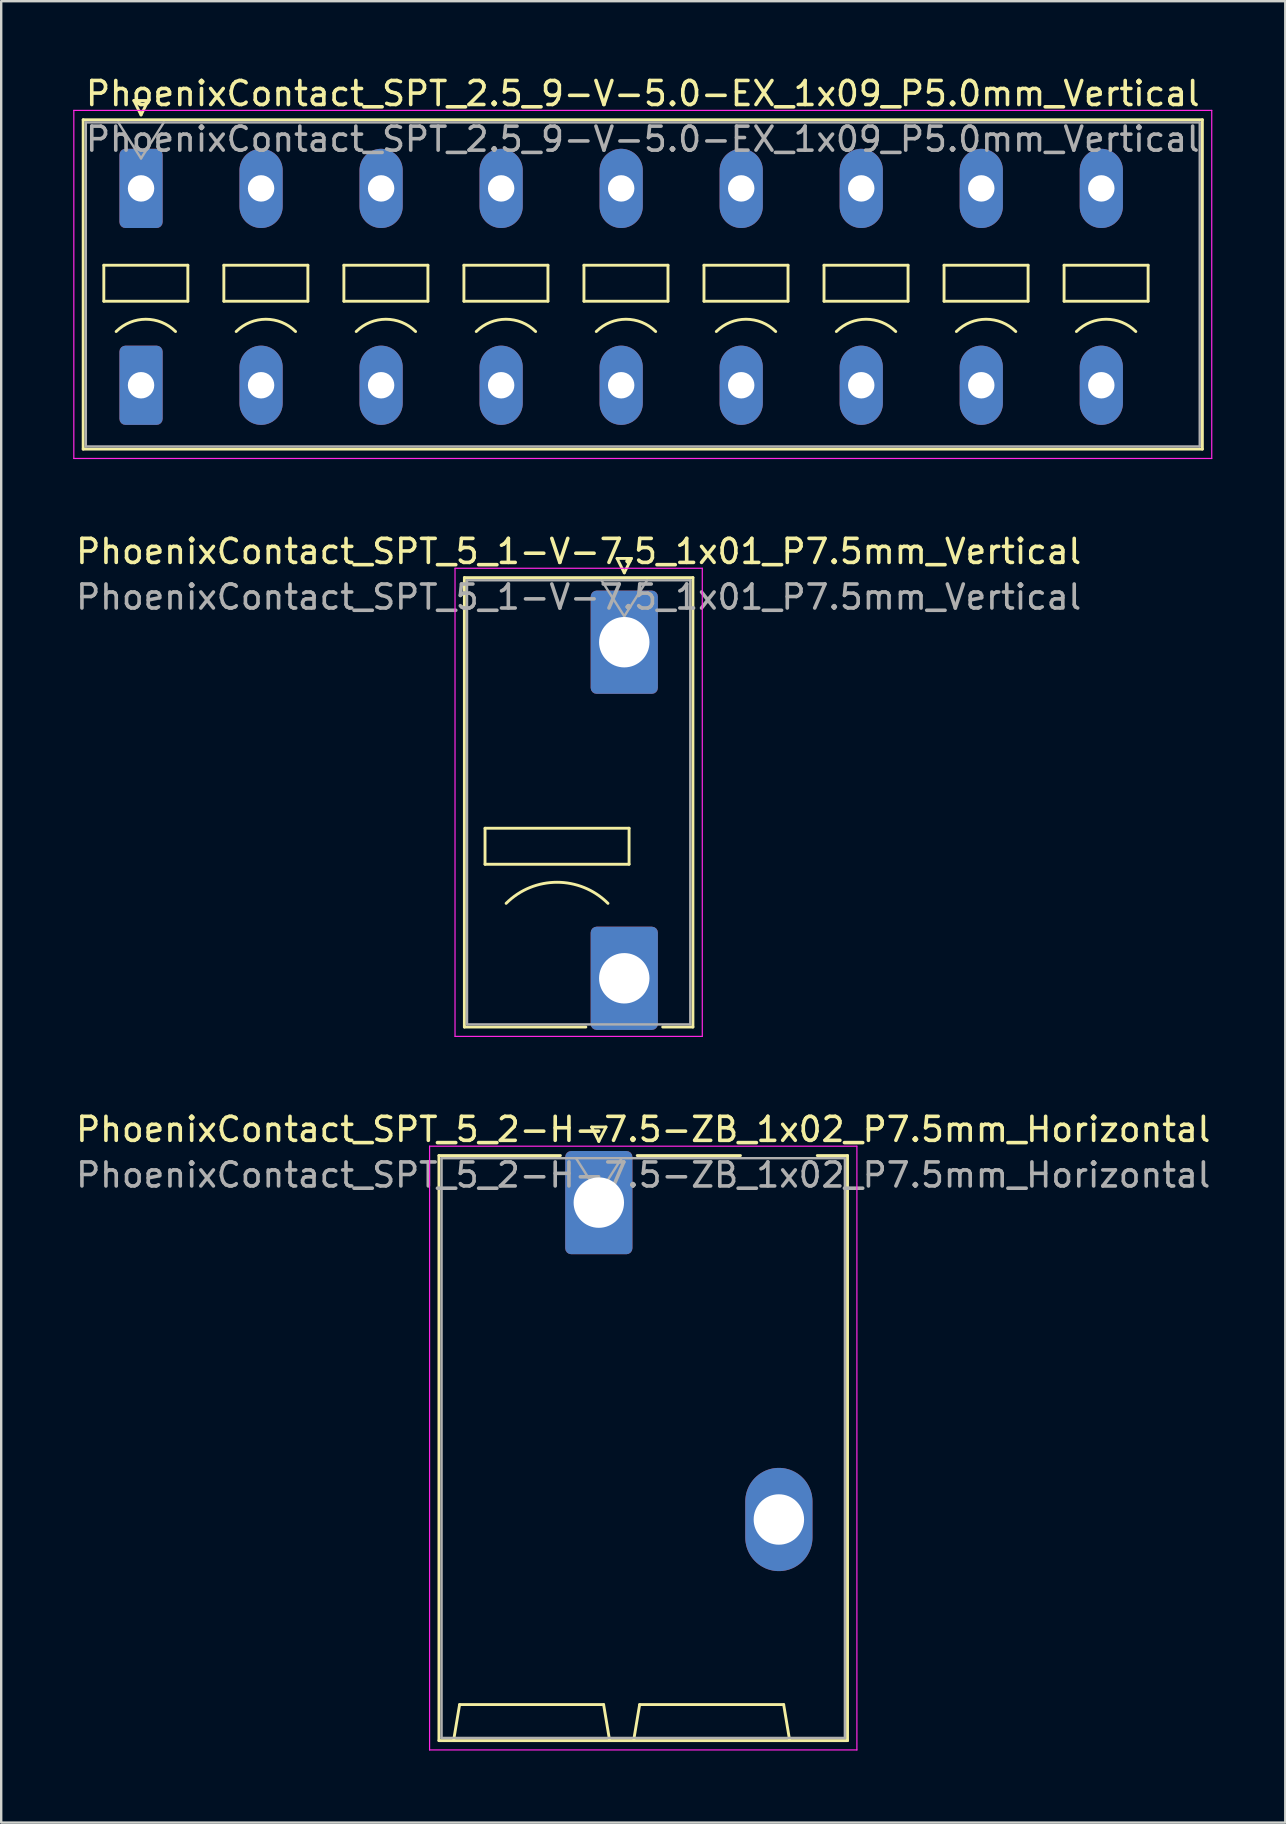
<source format=kicad_pcb>
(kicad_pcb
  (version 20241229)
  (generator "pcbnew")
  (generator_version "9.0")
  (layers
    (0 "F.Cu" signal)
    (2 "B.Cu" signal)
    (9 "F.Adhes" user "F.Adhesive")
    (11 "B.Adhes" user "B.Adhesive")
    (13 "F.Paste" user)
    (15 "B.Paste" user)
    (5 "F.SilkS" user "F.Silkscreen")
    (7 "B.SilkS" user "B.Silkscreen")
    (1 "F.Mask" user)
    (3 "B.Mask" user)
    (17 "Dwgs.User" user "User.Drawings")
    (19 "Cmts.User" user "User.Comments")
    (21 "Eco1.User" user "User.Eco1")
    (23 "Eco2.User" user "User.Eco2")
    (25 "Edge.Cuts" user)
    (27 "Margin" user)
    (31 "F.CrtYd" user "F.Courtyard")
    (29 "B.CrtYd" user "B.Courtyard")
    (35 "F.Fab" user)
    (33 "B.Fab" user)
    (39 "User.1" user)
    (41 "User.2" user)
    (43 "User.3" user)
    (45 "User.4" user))
  (footprint "PhoenixContact_SPT_2.5_9-V-5.0-EX_1x09_P5.0mm_Vertical"
    (layer "F.Cu")
    (at 2.825 4.798)
    (property "Reference" "PhoenixContact_SPT_2.5_9-V-5.0-EX_1x09_P5.0mm_Vertical" (at 20.9 -3.95 0) (layer "F.SilkS") (effects (font (size 1 1) (thickness 0.15))))
    (attr through_hole)
    (fp_line (start -2.41 -2.86) (end 44.21 -2.86) (stroke (width 0.12) (type solid)) (layer "F.SilkS"))
    (fp_line (start -2.41 10.86) (end -2.41 -2.86) (stroke (width 0.12) (type solid)) (layer "F.SilkS"))
    (fp_line (start -1.55 3.2) (end -1.55 4.7) (stroke (width 0.12) (type solid)) (layer "F.SilkS"))
    (fp_line (start -1.55 4.7) (end 1.95 4.7) (stroke (width 0.12) (type solid)) (layer "F.SilkS"))
    (fp_line (start -0.3 -3.66) (end 0 -3.06) (stroke (width 0.12) (type solid)) (layer "F.SilkS"))
    (fp_line (start -0.3 -3.66) (end 0.3 -3.66) (stroke (width 0.12) (type solid)) (layer "F.SilkS"))
    (fp_line (start 0.3 -3.66) (end 0 -3.06) (stroke (width 0.12) (type solid)) (layer "F.SilkS"))
    (fp_line (start 1.95 3.2) (end -1.55 3.2) (stroke (width 0.12) (type solid)) (layer "F.SilkS"))
    (fp_line (start 1.95 4.7) (end 1.95 3.2) (stroke (width 0.12) (type solid)) (layer "F.SilkS"))
    (fp_line (start 3.45 3.2) (end 3.45 4.7) (stroke (width 0.12) (type solid)) (layer "F.SilkS"))
    (fp_line (start 3.45 4.7) (end 6.95 4.7) (stroke (width 0.12) (type solid)) (layer "F.SilkS"))
    (fp_line (start 6.95 3.2) (end 3.45 3.2) (stroke (width 0.12) (type solid)) (layer "F.SilkS"))
    (fp_line (start 6.95 4.7) (end 6.95 3.2) (stroke (width 0.12) (type solid)) (layer "F.SilkS"))
    (fp_line (start 8.45 3.2) (end 8.45 4.7) (stroke (width 0.12) (type solid)) (layer "F.SilkS"))
    (fp_line (start 8.45 4.7) (end 11.95 4.7) (stroke (width 0.12) (type solid)) (layer "F.SilkS"))
    (fp_line (start 11.95 3.2) (end 8.45 3.2) (stroke (width 0.12) (type solid)) (layer "F.SilkS"))
    (fp_line (start 11.95 4.7) (end 11.95 3.2) (stroke (width 0.12) (type solid)) (layer "F.SilkS"))
    (fp_line (start 13.45 3.2) (end 13.45 4.7) (stroke (width 0.12) (type solid)) (layer "F.SilkS"))
    (fp_line (start 13.45 4.7) (end 16.95 4.7) (stroke (width 0.12) (type solid)) (layer "F.SilkS"))
    (fp_line (start 16.95 3.2) (end 13.45 3.2) (stroke (width 0.12) (type solid)) (layer "F.SilkS"))
    (fp_line (start 16.95 4.7) (end 16.95 3.2) (stroke (width 0.12) (type solid)) (layer "F.SilkS"))
    (fp_line (start 18.45 3.2) (end 18.45 4.7) (stroke (width 0.12) (type solid)) (layer "F.SilkS"))
    (fp_line (start 18.45 4.7) (end 21.95 4.7) (stroke (width 0.12) (type solid)) (layer "F.SilkS"))
    (fp_line (start 21.95 3.2) (end 18.45 3.2) (stroke (width 0.12) (type solid)) (layer "F.SilkS"))
    (fp_line (start 21.95 4.7) (end 21.95 3.2) (stroke (width 0.12) (type solid)) (layer "F.SilkS"))
    (fp_line (start 23.45 3.2) (end 23.45 4.7) (stroke (width 0.12) (type solid)) (layer "F.SilkS"))
    (fp_line (start 23.45 4.7) (end 26.95 4.7) (stroke (width 0.12) (type solid)) (layer "F.SilkS"))
    (fp_line (start 26.95 3.2) (end 23.45 3.2) (stroke (width 0.12) (type solid)) (layer "F.SilkS"))
    (fp_line (start 26.95 4.7) (end 26.95 3.2) (stroke (width 0.12) (type solid)) (layer "F.SilkS"))
    (fp_line (start 28.45 3.2) (end 28.45 4.7) (stroke (width 0.12) (type solid)) (layer "F.SilkS"))
    (fp_line (start 28.45 4.7) (end 31.95 4.7) (stroke (width 0.12) (type solid)) (layer "F.SilkS"))
    (fp_line (start 31.95 3.2) (end 28.45 3.2) (stroke (width 0.12) (type solid)) (layer "F.SilkS"))
    (fp_line (start 31.95 4.7) (end 31.95 3.2) (stroke (width 0.12) (type solid)) (layer "F.SilkS"))
    (fp_line (start 33.45 3.2) (end 33.45 4.7) (stroke (width 0.12) (type solid)) (layer "F.SilkS"))
    (fp_line (start 33.45 4.7) (end 36.95 4.7) (stroke (width 0.12) (type solid)) (layer "F.SilkS"))
    (fp_line (start 36.95 3.2) (end 33.45 3.2) (stroke (width 0.12) (type solid)) (layer "F.SilkS"))
    (fp_line (start 36.95 4.7) (end 36.95 3.2) (stroke (width 0.12) (type solid)) (layer "F.SilkS"))
    (fp_line (start 38.45 3.2) (end 38.45 4.7) (stroke (width 0.12) (type solid)) (layer "F.SilkS"))
    (fp_line (start 38.45 4.7) (end 41.95 4.7) (stroke (width 0.12) (type solid)) (layer "F.SilkS"))
    (fp_line (start 41.95 3.2) (end 38.45 3.2) (stroke (width 0.12) (type solid)) (layer "F.SilkS"))
    (fp_line (start 41.95 4.7) (end 41.95 3.2) (stroke (width 0.12) (type solid)) (layer "F.SilkS"))
    (fp_line (start 44.21 -2.86) (end 44.21 10.86) (stroke (width 0.12) (type solid)) (layer "F.SilkS"))
    (fp_line (start 44.21 10.86) (end -2.41 10.86) (stroke (width 0.12) (type solid)) (layer "F.SilkS"))
    (fp_arc (start -1.037437 5.962563) (mid 0.2 5.45) (end 1.437437 5.962563) (stroke (width 0.12) (type solid)) (layer "F.SilkS"))
    (fp_arc (start 3.962563 5.962563) (mid 5.2 5.45) (end 6.437437 5.962563) (stroke (width 0.12) (type solid)) (layer "F.SilkS"))
    (fp_arc (start 8.962563 5.962563) (mid 10.2 5.45) (end 11.437437 5.962563) (stroke (width 0.12) (type solid)) (layer "F.SilkS"))
    (fp_arc (start 13.962563 5.962563) (mid 15.2 5.45) (end 16.437437 5.962563) (stroke (width 0.12) (type solid)) (layer "F.SilkS"))
    (fp_arc (start 18.962563 5.962563) (mid 20.2 5.45) (end 21.437437 5.962563) (stroke (width 0.12) (type solid)) (layer "F.SilkS"))
    (fp_arc (start 23.962563 5.962563) (mid 25.2 5.45) (end 26.437437 5.962563) (stroke (width 0.12) (type solid)) (layer "F.SilkS"))
    (fp_arc (start 28.962563 5.962563) (mid 30.2 5.45) (end 31.437437 5.962563) (stroke (width 0.12) (type solid)) (layer "F.SilkS"))
    (fp_arc (start 33.962563 5.962563) (mid 35.2 5.45) (end 36.437437 5.962563) (stroke (width 0.12) (type solid)) (layer "F.SilkS"))
    (fp_arc (start 38.962563 5.962563) (mid 40.2 5.45) (end 41.437437 5.962563) (stroke (width 0.12) (type solid)) (layer "F.SilkS"))
    (fp_line (start -2.8 -3.25) (end -2.8 11.25) (stroke (width 0.05) (type solid)) (layer "F.CrtYd"))
    (fp_line (start -2.8 11.25) (end 44.6 11.25) (stroke (width 0.05) (type solid)) (layer "F.CrtYd"))
    (fp_line (start 44.6 -3.25) (end -2.8 -3.25) (stroke (width 0.05) (type solid)) (layer "F.CrtYd"))
    (fp_line (start 44.6 11.25) (end 44.6 -3.25) (stroke (width 0.05) (type solid)) (layer "F.CrtYd"))
    (fp_line (start -2.3 -2.75) (end -2.3 10.75) (stroke (width 0.1) (type solid)) (layer "F.Fab"))
    (fp_line (start -2.3 10.75) (end 44.1 10.75) (stroke (width 0.1) (type solid)) (layer "F.Fab"))
    (fp_line (start -0.95 -2.75) (end 0 -1.25) (stroke (width 0.1) (type solid)) (layer "F.Fab"))
    (fp_line (start 0.95 -2.75) (end 0 -1.25) (stroke (width 0.1) (type solid)) (layer "F.Fab"))
    (fp_line (start 44.1 -2.75) (end -2.3 -2.75) (stroke (width 0.1) (type solid)) (layer "F.Fab"))
    (fp_line (start 44.1 10.75) (end 44.1 -2.75) (stroke (width 0.1) (type solid)) (layer "F.Fab"))
    (fp_text user "${REFERENCE}" (at 20.9 -2.05 0) (layer "F.Fab") (effects (font (size 1 1) (thickness 0.15))))
    (pad "1" thru_hole roundrect (at 0 0) (size 1.8 3.3) (drill 1.1) (layers "*.Cu" "*.Mask") (roundrect_rratio 0.139))
    (pad "1" thru_hole roundrect (at 0 8.2) (size 1.8 3.3) (drill 1.1) (layers "*.Cu" "*.Mask") (roundrect_rratio 0.139))
    (pad "2" thru_hole oval (at 5 0) (size 1.8 3.3) (drill 1.1) (layers "*.Cu" "*.Mask"))
    (pad "2" thru_hole oval (at 5 8.2) (size 1.8 3.3) (drill 1.1) (layers "*.Cu" "*.Mask"))
    (pad "3" thru_hole oval (at 10 0) (size 1.8 3.3) (drill 1.1) (layers "*.Cu" "*.Mask"))
    (pad "3" thru_hole oval (at 10 8.2) (size 1.8 3.3) (drill 1.1) (layers "*.Cu" "*.Mask"))
    (pad "4" thru_hole oval (at 15 0) (size 1.8 3.3) (drill 1.1) (layers "*.Cu" "*.Mask"))
    (pad "4" thru_hole oval (at 15 8.2) (size 1.8 3.3) (drill 1.1) (layers "*.Cu" "*.Mask"))
    (pad "5" thru_hole oval (at 20 0) (size 1.8 3.3) (drill 1.1) (layers "*.Cu" "*.Mask"))
    (pad "5" thru_hole oval (at 20 8.2) (size 1.8 3.3) (drill 1.1) (layers "*.Cu" "*.Mask"))
    (pad "6" thru_hole oval (at 25 0) (size 1.8 3.3) (drill 1.1) (layers "*.Cu" "*.Mask"))
    (pad "6" thru_hole oval (at 25 8.2) (size 1.8 3.3) (drill 1.1) (layers "*.Cu" "*.Mask"))
    (pad "7" thru_hole oval (at 30 0) (size 1.8 3.3) (drill 1.1) (layers "*.Cu" "*.Mask"))
    (pad "7" thru_hole oval (at 30 8.2) (size 1.8 3.3) (drill 1.1) (layers "*.Cu" "*.Mask"))
    (pad "8" thru_hole oval (at 35 0) (size 1.8 3.3) (drill 1.1) (layers "*.Cu" "*.Mask"))
    (pad "8" thru_hole oval (at 35 8.2) (size 1.8 3.3) (drill 1.1) (layers "*.Cu" "*.Mask"))
    (pad "9" thru_hole oval (at 40 0) (size 1.8 3.3) (drill 1.1) (layers "*.Cu" "*.Mask"))
    (pad "9" thru_hole oval (at 40 8.2) (size 1.8 3.3) (drill 1.1) (layers "*.Cu" "*.Mask")))
  (footprint "PhoenixContact_SPT_5_2-H-7.5-ZB_1x02_P7.5mm_Horizontal"
    (layer "F.Cu")
    (at 21.894 47.045)
    (property "Reference" "PhoenixContact_SPT_5_2-H-7.5-ZB_1x02_P7.5mm_Horizontal" (at 1.85 -3.05 0) (layer "F.SilkS") (effects (font (size 1 1) (thickness 0.15))))
    (attr through_hole)
    (fp_line (start -6.66 -1.96) (end -1.6 -1.96) (stroke (width 0.12) (type solid)) (layer "F.SilkS"))
    (fp_line (start -6.66 22.41) (end -6.66 -1.96) (stroke (width 0.12) (type solid)) (layer "F.SilkS"))
    (fp_line (start -6.05 22.41) (end -5.8 20.91) (stroke (width 0.12) (type solid)) (layer "F.SilkS"))
    (fp_line (start -5.8 20.91) (end 0.2 20.91) (stroke (width 0.12) (type solid)) (layer "F.SilkS"))
    (fp_line (start -0.3 -3.15) (end 0 -2.55) (stroke (width 0.12) (type solid)) (layer "F.SilkS"))
    (fp_line (start -0.3 -3.15) (end 0.3 -3.15) (stroke (width 0.12) (type solid)) (layer "F.SilkS"))
    (fp_line (start 0.3 -3.15) (end 0 -2.55) (stroke (width 0.12) (type solid)) (layer "F.SilkS"))
    (fp_line (start 0.45 22.41) (end 0.2 20.91) (stroke (width 0.12) (type solid)) (layer "F.SilkS"))
    (fp_line (start 1.45 22.41) (end 1.7 20.91) (stroke (width 0.12) (type solid)) (layer "F.SilkS"))
    (fp_line (start 1.6 -1.96) (end 5.9 -1.96) (stroke (width 0.12) (type solid)) (layer "F.SilkS"))
    (fp_line (start 1.7 20.91) (end 7.7 20.91) (stroke (width 0.12) (type solid)) (layer "F.SilkS"))
    (fp_line (start 7.95 22.41) (end 7.7 20.91) (stroke (width 0.12) (type solid)) (layer "F.SilkS"))
    (fp_line (start 9.1 -1.96) (end 10.36 -1.96) (stroke (width 0.12) (type solid)) (layer "F.SilkS"))
    (fp_line (start 10.36 -1.96) (end 10.36 22.41) (stroke (width 0.12) (type solid)) (layer "F.SilkS"))
    (fp_line (start 10.36 22.41) (end -6.66 22.41) (stroke (width 0.12) (type solid)) (layer "F.SilkS"))
    (fp_line (start -7.05 -2.35) (end -7.05 22.8) (stroke (width 0.05) (type solid)) (layer "F.CrtYd"))
    (fp_line (start -7.05 22.8) (end 10.75 22.8) (stroke (width 0.05) (type solid)) (layer "F.CrtYd"))
    (fp_line (start 10.75 -2.35) (end -7.05 -2.35) (stroke (width 0.05) (type solid)) (layer "F.CrtYd"))
    (fp_line (start 10.75 22.8) (end 10.75 -2.35) (stroke (width 0.05) (type solid)) (layer "F.CrtYd"))
    (fp_line (start -6.55 -1.85) (end -6.55 22.3) (stroke (width 0.1) (type solid)) (layer "F.Fab"))
    (fp_line (start -6.55 22.3) (end 10.25 22.3) (stroke (width 0.1) (type solid)) (layer "F.Fab"))
    (fp_line (start -0.95 -1.85) (end 0 -0.35) (stroke (width 0.1) (type solid)) (layer "F.Fab"))
    (fp_line (start 0.95 -1.85) (end 0 -0.35) (stroke (width 0.1) (type solid)) (layer "F.Fab"))
    (fp_line (start 10.25 -1.85) (end -6.55 -1.85) (stroke (width 0.1) (type solid)) (layer "F.Fab"))
    (fp_line (start 10.25 22.3) (end 10.25 -1.85) (stroke (width 0.1) (type solid)) (layer "F.Fab"))
    (fp_text user "${REFERENCE}" (at 1.85 -1.15 0) (layer "F.Fab") (effects (font (size 1 1) (thickness 0.15))))
    (pad "1" thru_hole roundrect (at 0 0) (size 2.8 4.3) (drill 2.1) (layers "*.Cu" "*.Mask") (roundrect_rratio 0.089))
    (pad "2" thru_hole oval (at 7.5 13.2) (size 2.8 4.3) (drill 2.1) (layers "*.Cu" "*.Mask")))
  (footprint "PhoenixContact_SPT_5_1-V-7.5_1x01_P7.5mm_Vertical"
    (layer "F.Cu")
    (at 22.954 23.701)
    (property "Reference" "PhoenixContact_SPT_5_1-V-7.5_1x01_P7.5mm_Vertical" (at -1.9 -3.78 0) (layer "F.SilkS") (effects (font (size 1 1) (thickness 0.15))))
    (attr through_hole)
    (fp_line (start -6.66 -2.69) (end 2.86 -2.69) (stroke (width 0.12) (type solid)) (layer "F.SilkS"))
    (fp_line (start -6.66 16.03) (end -6.66 -2.69) (stroke (width 0.12) (type solid)) (layer "F.SilkS"))
    (fp_line (start -6.66 16.03) (end -1.6 16.03) (stroke (width 0.12) (type solid)) (layer "F.SilkS"))
    (fp_line (start -5.8 7.75) (end -5.8 9.25) (stroke (width 0.12) (type solid)) (layer "F.SilkS"))
    (fp_line (start -5.8 9.25) (end 0.2 9.25) (stroke (width 0.12) (type solid)) (layer "F.SilkS"))
    (fp_line (start -0.3 -3.49) (end 0 -2.89) (stroke (width 0.12) (type solid)) (layer "F.SilkS"))
    (fp_line (start -0.3 -3.49) (end 0.3 -3.49) (stroke (width 0.12) (type solid)) (layer "F.SilkS"))
    (fp_line (start 0.2 7.75) (end -5.8 7.75) (stroke (width 0.12) (type solid)) (layer "F.SilkS"))
    (fp_line (start 0.2 9.25) (end 0.2 7.75) (stroke (width 0.12) (type solid)) (layer "F.SilkS"))
    (fp_line (start 0.3 -3.49) (end 0 -2.89) (stroke (width 0.12) (type solid)) (layer "F.SilkS"))
    (fp_line (start 1.6 16.03) (end 2.86 16.03) (stroke (width 0.12) (type solid)) (layer "F.SilkS"))
    (fp_line (start 2.86 -2.69) (end 2.86 16.03) (stroke (width 0.12) (type solid)) (layer "F.SilkS"))
    (fp_arc (start -4.92132 10.87868) (mid -2.8 10) (end -0.67868 10.87868) (stroke (width 0.12) (type solid)) (layer "F.SilkS"))
    (fp_line (start -7.05 -3.08) (end -7.05 16.42) (stroke (width 0.05) (type solid)) (layer "F.CrtYd"))
    (fp_line (start -7.05 16.42) (end 3.25 16.42) (stroke (width 0.05) (type solid)) (layer "F.CrtYd"))
    (fp_line (start 3.25 -3.08) (end -7.05 -3.08) (stroke (width 0.05) (type solid)) (layer "F.CrtYd"))
    (fp_line (start 3.25 16.42) (end 3.25 -3.08) (stroke (width 0.05) (type solid)) (layer "F.CrtYd"))
    (fp_line (start -6.55 -2.58) (end -6.55 15.92) (stroke (width 0.1) (type solid)) (layer "F.Fab"))
    (fp_line (start -6.55 15.92) (end 2.75 15.92) (stroke (width 0.1) (type solid)) (layer "F.Fab"))
    (fp_line (start -0.95 -2.58) (end 0 -1.08) (stroke (width 0.1) (type solid)) (layer "F.Fab"))
    (fp_line (start 0.95 -2.58) (end 0 -1.08) (stroke (width 0.1) (type solid)) (layer "F.Fab"))
    (fp_line (start 2.75 -2.58) (end -6.55 -2.58) (stroke (width 0.1) (type solid)) (layer "F.Fab"))
    (fp_line (start 2.75 15.92) (end 2.75 -2.58) (stroke (width 0.1) (type solid)) (layer "F.Fab"))
    (fp_text user "${REFERENCE}" (at -1.9 -1.88 0) (layer "F.Fab") (effects (font (size 1 1) (thickness 0.15))))
    (pad "1" thru_hole roundrect (at 0 0) (size 2.8 4.3) (drill 2.1) (layers "*.Cu" "*.Mask") (roundrect_rratio 0.089))
    (pad "1" thru_hole roundrect (at 0 14) (size 2.8 4.3) (drill 2.1) (layers "*.Cu" "*.Mask") (roundrect_rratio 0.089)))
  (gr_rect
    (start -3 -3)
    (end 50.488 72.87)
    (stroke (width 0.1) (type default))
    (fill no)
    (layer "Edge.Cuts")))
</source>
